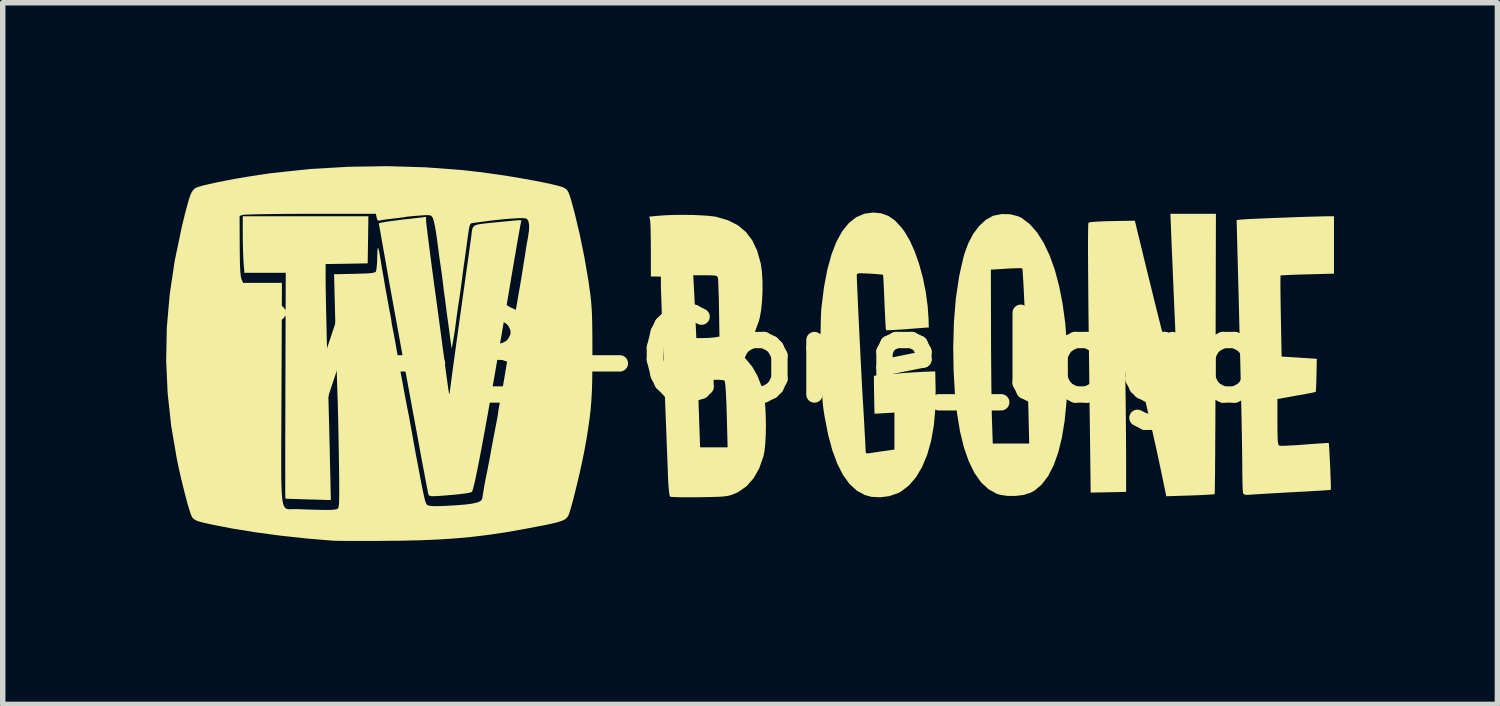
<source format=kicad_pcb>
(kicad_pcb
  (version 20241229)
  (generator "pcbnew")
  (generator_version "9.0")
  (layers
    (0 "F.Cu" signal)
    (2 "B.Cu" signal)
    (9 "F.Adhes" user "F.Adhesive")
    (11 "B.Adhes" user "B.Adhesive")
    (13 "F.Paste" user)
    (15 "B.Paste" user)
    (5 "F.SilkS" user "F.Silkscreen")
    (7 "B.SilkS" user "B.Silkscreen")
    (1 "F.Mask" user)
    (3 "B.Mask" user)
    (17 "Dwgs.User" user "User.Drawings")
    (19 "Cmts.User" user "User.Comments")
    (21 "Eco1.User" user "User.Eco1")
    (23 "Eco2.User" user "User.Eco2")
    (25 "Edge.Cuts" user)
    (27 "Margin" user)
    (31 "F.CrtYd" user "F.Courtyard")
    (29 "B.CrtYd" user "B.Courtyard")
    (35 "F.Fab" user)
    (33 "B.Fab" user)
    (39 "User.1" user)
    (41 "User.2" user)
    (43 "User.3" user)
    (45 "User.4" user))
  (footprint "TV-B-Gone_logo"
    (layer "F.Cu")
    (at 10.614 3.513)
    (property "Reference" "TV-B-Gone_logo" (at 0 0 0) (layer "F.SilkS") (effects (font (size 1.5 1.5) (thickness 0.3))))
    (attr board_only exclude_from_pos_files exclude_from_bom)
    (fp_poly (pts (xy -6.908 -2.161) (xy -6.915 -1.729) (xy -7.301 -1.722) (xy -7.687 -1.716) (xy -7.687 -1.4) (xy -7.686 -1.313) (xy -7.684 -1.186) (xy -7.681 -1.025) (xy -7.677 -0.836) (xy -7.672 -0.625) (xy -7.667 -0.397) (xy -7.661 -0.16) (xy -7.654 0.081) (xy -7.654 0.092) (xy -7.647 0.35) (xy -7.639 0.619) (xy -7.632 0.889) (xy -7.625 1.152) (xy -7.619 1.401) (xy -7.613 1.627) (xy -7.609 1.821) (xy -7.606 1.942) (xy -7.591 2.616) (xy -7.76 2.611) (xy -7.859 2.608) (xy -7.984 2.605) (xy -8.114 2.601) (xy -8.177 2.599) (xy -8.424 2.591) (xy -8.428 2.494) (xy -8.428 2.457) (xy -8.428 2.377) (xy -8.428 2.258) (xy -8.428 2.103) (xy -8.428 1.917) (xy -8.428 1.703) (xy -8.428 1.463) (xy -8.427 1.203) (xy -8.426 0.924) (xy -8.426 0.632) (xy -8.425 0.421) (xy -8.419 -1.556) (xy -8.799 -1.556) (xy -9.178 -1.556) (xy -9.193 -1.746) (xy -9.199 -1.843) (xy -9.203 -1.97) (xy -9.207 -2.112) (xy -9.208 -2.252) (xy -9.208 -2.265) (xy -9.208 -2.593) (xy -8.055 -2.593) (xy -6.902 -2.593)) (stroke (width 0) (type solid)) (fill yes) (layer "F.SilkS"))
    (fp_poly (pts (xy 4.879 -2.63) (xy 5.022 -2.594) (xy 5.091 -2.561) (xy 5.237 -2.45) (xy 5.372 -2.297) (xy 5.494 -2.104) (xy 5.603 -1.874) (xy 5.698 -1.61) (xy 5.777 -1.313) (xy 5.841 -0.986) (xy 5.889 -0.633) (xy 5.919 -0.255) (xy 5.928 0.002) (xy 5.929 0.423) (xy 5.913 0.809) (xy 5.879 1.158) (xy 5.828 1.47) (xy 5.76 1.745) (xy 5.676 1.979) (xy 5.576 2.174) (xy 5.46 2.328) (xy 5.329 2.44) (xy 5.248 2.484) (xy 5.125 2.522) (xy 4.979 2.54) (xy 4.829 2.54) (xy 4.691 2.519) (xy 4.629 2.5) (xy 4.478 2.415) (xy 4.342 2.288) (xy 4.223 2.118) (xy 4.119 1.906) (xy 4.03 1.653) (xy 3.958 1.358) (xy 3.903 1.023) (xy 3.863 0.648) (xy 3.84 0.233) (xy 3.833 -0.184) (xy 3.846 -0.651) (xy 3.881 -1.084) (xy 3.94 -1.481) (xy 3.969 -1.613) (xy 4.524 -1.613) (xy 4.527 -0.461) (xy 4.527 -0.216) (xy 4.529 0.03) (xy 4.531 0.271) (xy 4.533 0.499) (xy 4.536 0.708) (xy 4.538 0.89) (xy 4.541 1.039) (xy 4.544 1.135) (xy 4.559 1.579) (xy 4.894 1.579) (xy 5.228 1.579) (xy 5.212 0.928) (xy 5.207 0.753) (xy 5.201 0.558) (xy 5.194 0.348) (xy 5.186 0.128) (xy 5.177 -0.098) (xy 5.168 -0.326) (xy 5.159 -0.549) (xy 5.15 -0.764) (xy 5.141 -0.966) (xy 5.132 -1.15) (xy 5.124 -1.312) (xy 5.116 -1.446) (xy 5.11 -1.548) (xy 5.105 -1.613) (xy 5.101 -1.637) (xy 5.075 -1.64) (xy 5.012 -1.64) (xy 4.921 -1.637) (xy 4.813 -1.632) (xy 4.807 -1.631) (xy 4.524 -1.613) (xy 3.969 -1.613) (xy 4.021 -1.841) (xy 4.036 -1.897) (xy 4.108 -2.095) (xy 4.2 -2.27) (xy 4.309 -2.415) (xy 4.43 -2.527) (xy 4.559 -2.599) (xy 4.576 -2.605) (xy 4.725 -2.634)) (stroke (width 0) (type solid)) (fill yes) (layer "F.SilkS"))
    (fp_poly (pts (xy 8.649 -0.071) (xy 8.648 0.269) (xy 8.647 0.596) (xy 8.646 0.907) (xy 8.645 1.2) (xy 8.643 1.47) (xy 8.642 1.716) (xy 8.64 1.934) (xy 8.639 2.121) (xy 8.637 2.275) (xy 8.635 2.392) (xy 8.634 2.47) (xy 8.632 2.505) (xy 8.632 2.507) (xy 8.606 2.511) (xy 8.542 2.516) (xy 8.446 2.521) (xy 8.326 2.527) (xy 8.19 2.532) (xy 8.182 2.532) (xy 7.744 2.546) (xy 7.644 2.063) (xy 7.61 1.904) (xy 7.569 1.712) (xy 7.522 1.501) (xy 7.473 1.284) (xy 7.424 1.072) (xy 7.391 0.929) (xy 7.237 0.277) (xy 7.114 0.277) (xy 6.991 0.277) (xy 6.999 0.853) (xy 7.001 1.053) (xy 7.003 1.275) (xy 7.005 1.504) (xy 7.006 1.722) (xy 7.007 1.914) (xy 7.007 1.948) (xy 7.007 2.466) (xy 6.682 2.473) (xy 6.356 2.479) (xy 6.342 1.32) (xy 6.335 0.813) (xy 6.33 0.351) (xy 6.325 -0.069) (xy 6.32 -0.449) (xy 6.316 -0.789) (xy 6.313 -1.092) (xy 6.311 -1.36) (xy 6.309 -1.593) (xy 6.308 -1.796) (xy 6.307 -1.968) (xy 6.307 -2.111) (xy 6.308 -2.228) (xy 6.309 -2.321) (xy 6.31 -2.39) (xy 6.312 -2.438) (xy 6.315 -2.467) (xy 6.318 -2.477) (xy 6.347 -2.484) (xy 6.414 -2.491) (xy 6.511 -2.497) (xy 6.632 -2.502) (xy 6.753 -2.505) (xy 7.167 -2.512) (xy 7.371 -1.671) (xy 7.447 -1.362) (xy 7.52 -1.065) (xy 7.59 -0.784) (xy 7.656 -0.523) (xy 7.718 -0.283) (xy 7.774 -0.068) (xy 7.824 0.119) (xy 7.866 0.276) (xy 7.901 0.398) (xy 7.927 0.484) (xy 7.944 0.53) (xy 7.95 0.537) (xy 7.95 0.513) (xy 7.948 0.448) (xy 7.944 0.345) (xy 7.939 0.21) (xy 7.933 0.046) (xy 7.925 -0.143) (xy 7.916 -0.351) (xy 7.906 -0.575) (xy 7.904 -0.634) (xy 7.893 -0.879) (xy 7.882 -1.124) (xy 7.872 -1.362) (xy 7.863 -1.588) (xy 7.854 -1.794) (xy 7.846 -1.973) (xy 7.84 -2.119) (xy 7.836 -2.218) (xy 7.82 -2.639) (xy 8.237 -2.639) (xy 8.655 -2.639)) (stroke (width 0) (type solid)) (fill yes) (layer "F.SilkS"))
    (fp_poly (pts (xy 10.822 -2.593) (xy 10.822 -2.066) (xy 10.822 -1.54) (xy 10.336 -1.527) (xy 10.191 -1.523) (xy 10.063 -1.519) (xy 9.958 -1.514) (xy 9.883 -1.51) (xy 9.845 -1.507) (xy 9.842 -1.506) (xy 9.84 -1.481) (xy 9.839 -1.416) (xy 9.839 -1.317) (xy 9.84 -1.187) (xy 9.842 -1.034) (xy 9.845 -0.862) (xy 9.847 -0.757) (xy 9.861 -0.018) (xy 10.184 0.002) (xy 10.507 0.023) (xy 10.501 0.323) (xy 10.498 0.435) (xy 10.495 0.529) (xy 10.491 0.597) (xy 10.488 0.629) (xy 10.487 0.63) (xy 10.463 0.637) (xy 10.401 0.649) (xy 10.31 0.667) (xy 10.198 0.688) (xy 10.132 0.699) (xy 9.784 0.761) (xy 9.784 1.182) (xy 9.785 1.334) (xy 9.787 1.445) (xy 9.79 1.523) (xy 9.796 1.573) (xy 9.805 1.602) (xy 9.817 1.616) (xy 9.821 1.617) (xy 9.854 1.62) (xy 9.926 1.619) (xy 10.028 1.614) (xy 10.152 1.607) (xy 10.287 1.597) (xy 10.423 1.586) (xy 10.542 1.578) (xy 10.637 1.572) (xy 10.7 1.568) (xy 10.726 1.569) (xy 10.726 1.569) (xy 10.729 1.593) (xy 10.734 1.654) (xy 10.739 1.744) (xy 10.745 1.853) (xy 10.751 1.973) (xy 10.756 2.094) (xy 10.76 2.209) (xy 10.764 2.308) (xy 10.765 2.382) (xy 10.764 2.423) (xy 10.764 2.428) (xy 10.739 2.431) (xy 10.676 2.436) (xy 10.578 2.443) (xy 10.452 2.45) (xy 10.305 2.459) (xy 10.149 2.467) (xy 9.975 2.476) (xy 9.805 2.486) (xy 9.648 2.495) (xy 9.513 2.503) (xy 9.409 2.509) (xy 9.355 2.513) (xy 9.261 2.519) (xy 9.203 2.519) (xy 9.171 2.51) (xy 9.155 2.493) (xy 9.154 2.489) (xy 9.149 2.454) (xy 9.145 2.382) (xy 9.142 2.28) (xy 9.14 2.157) (xy 9.139 2.044) (xy 9.138 1.9) (xy 9.136 1.711) (xy 9.132 1.476) (xy 9.127 1.194) (xy 9.12 0.867) (xy 9.112 0.493) (xy 9.102 0.074) (xy 9.09 -0.391) (xy 9.078 -0.902) (xy 9.063 -1.459) (xy 9.062 -1.503) (xy 9.035 -2.523) (xy 9.127 -2.534) (xy 9.172 -2.537) (xy 9.255 -2.542) (xy 9.37 -2.547) (xy 9.511 -2.553) (xy 9.669 -2.56) (xy 9.838 -2.566) (xy 10.011 -2.573) (xy 10.18 -2.579) (xy 10.339 -2.584) (xy 10.481 -2.588) (xy 10.598 -2.591) (xy 10.684 -2.593) (xy 10.712 -2.593)) (stroke (width 0) (type solid)) (fill yes) (layer "F.SilkS"))
    (fp_poly (pts (xy -5.843 -2.511) (xy -5.84 -2.475) (xy -5.831 -2.397) (xy -5.817 -2.283) (xy -5.799 -2.139) (xy -5.777 -1.967) (xy -5.752 -1.774) (xy -5.724 -1.565) (xy -5.695 -1.347) (xy -5.662 -1.107) (xy -5.629 -0.865) (xy -5.597 -0.627) (xy -5.567 -0.402) (xy -5.539 -0.195) (xy -5.515 -0.014) (xy -5.496 0.133) (xy -5.486 0.207) (xy -5.467 0.347) (xy -5.45 0.47) (xy -5.436 0.571) (xy -5.425 0.64) (xy -5.419 0.673) (xy -5.418 0.674) (xy -5.412 0.657) (xy -5.404 0.606) (xy -5.396 0.537) (xy -5.389 0.486) (xy -5.377 0.395) (xy -5.36 0.267) (xy -5.339 0.109) (xy -5.313 -0.075) (xy -5.285 -0.281) (xy -5.254 -0.502) (xy -5.222 -0.736) (xy -5.21 -0.818) (xy -5.177 -1.056) (xy -5.144 -1.287) (xy -5.114 -1.504) (xy -5.086 -1.703) (xy -5.061 -1.879) (xy -5.041 -2.026) (xy -5.025 -2.139) (xy -5.015 -2.214) (xy -5.013 -2.228) (xy -5.005 -2.297) (xy -4.997 -2.35) (xy -4.984 -2.388) (xy -4.961 -2.416) (xy -4.921 -2.435) (xy -4.858 -2.449) (xy -4.766 -2.461) (xy -4.64 -2.474) (xy -4.486 -2.489) (xy -4.341 -2.503) (xy -4.236 -2.513) (xy -4.164 -2.519) (xy -4.121 -2.521) (xy -4.099 -2.518) (xy -4.092 -2.511) (xy -4.095 -2.5) (xy -4.099 -2.489) (xy -4.106 -2.461) (xy -4.119 -2.391) (xy -4.138 -2.284) (xy -4.163 -2.144) (xy -4.192 -1.975) (xy -4.225 -1.782) (xy -4.262 -1.568) (xy -4.301 -1.337) (xy -4.333 -1.147) (xy -4.424 -0.613) (xy -4.508 -0.12) (xy -4.586 0.331) (xy -4.658 0.74) (xy -4.723 1.107) (xy -4.782 1.431) (xy -4.834 1.711) (xy -4.88 1.948) (xy -4.919 2.142) (xy -4.951 2.291) (xy -4.977 2.395) (xy -4.995 2.454) (xy -5.004 2.468) (xy -5.037 2.479) (xy -5.107 2.492) (xy -5.205 2.505) (xy -5.32 2.517) (xy -5.354 2.52) (xy -5.505 2.533) (xy -5.617 2.541) (xy -5.695 2.545) (xy -5.747 2.544) (xy -5.777 2.537) (xy -5.793 2.525) (xy -5.801 2.507) (xy -5.805 2.495) (xy -5.812 2.458) (xy -5.827 2.38) (xy -5.849 2.265) (xy -5.877 2.116) (xy -5.911 1.937) (xy -5.949 1.733) (xy -5.99 1.507) (xy -6.035 1.264) (xy -6.083 1.007) (xy -6.132 0.739) (xy -6.182 0.467) (xy -6.233 0.192) (xy -6.283 -0.081) (xy -6.331 -0.348) (xy -6.378 -0.605) (xy -6.422 -0.848) (xy -6.463 -1.073) (xy -6.5 -1.276) (xy -6.532 -1.453) (xy -6.558 -1.601) (xy -6.564 -1.636) (xy -6.711 -2.466) (xy -6.628 -2.483) (xy -6.576 -2.492) (xy -6.489 -2.504) (xy -6.377 -2.519) (xy -6.251 -2.535) (xy -6.194 -2.541) (xy -5.843 -2.582)) (stroke (width 0) (type solid)) (fill yes) (layer "F.SilkS"))
    (fp_poly (pts (xy 2.514 -2.647) (xy 2.644 -2.599) (xy 2.764 -2.515) (xy 2.88 -2.39) (xy 2.941 -2.309) (xy 3.038 -2.144) (xy 3.128 -1.943) (xy 3.208 -1.713) (xy 3.276 -1.464) (xy 3.329 -1.203) (xy 3.364 -0.941) (xy 3.38 -0.715) (xy 3.385 -0.553) (xy 2.998 -0.523) (xy 2.869 -0.514) (xy 2.757 -0.507) (xy 2.67 -0.503) (xy 2.615 -0.502) (xy 2.6 -0.504) (xy 2.596 -0.529) (xy 2.591 -0.593) (xy 2.586 -0.69) (xy 2.58 -0.812) (xy 2.573 -0.953) (xy 2.571 -1.013) (xy 2.565 -1.16) (xy 2.559 -1.29) (xy 2.554 -1.397) (xy 2.549 -1.474) (xy 2.545 -1.515) (xy 2.544 -1.519) (xy 2.519 -1.524) (xy 2.458 -1.529) (xy 2.371 -1.536) (xy 2.299 -1.54) (xy 2.193 -1.546) (xy 2.124 -1.547) (xy 2.085 -1.543) (xy 2.067 -1.532) (xy 2.063 -1.514) (xy 2.063 -1.513) (xy 2.064 -1.46) (xy 2.067 -1.367) (xy 2.073 -1.239) (xy 2.08 -1.081) (xy 2.088 -0.899) (xy 2.098 -0.699) (xy 2.108 -0.487) (xy 2.119 -0.267) (xy 2.13 -0.045) (xy 2.141 0.172) (xy 2.152 0.381) (xy 2.162 0.574) (xy 2.172 0.747) (xy 2.179 0.859) (xy 2.19 1.045) (xy 2.2 1.22) (xy 2.208 1.376) (xy 2.216 1.508) (xy 2.221 1.611) (xy 2.224 1.677) (xy 2.224 1.697) (xy 2.228 1.745) (xy 2.248 1.761) (xy 2.299 1.755) (xy 2.299 1.755) (xy 2.358 1.746) (xy 2.445 1.733) (xy 2.544 1.718) (xy 2.564 1.716) (xy 2.754 1.689) (xy 2.754 1.35) (xy 2.754 1.01) (xy 2.571 1.021) (xy 2.388 1.031) (xy 2.381 0.689) (xy 2.379 0.568) (xy 2.378 0.465) (xy 2.377 0.387) (xy 2.378 0.344) (xy 2.378 0.337) (xy 2.402 0.332) (xy 2.464 0.325) (xy 2.555 0.315) (xy 2.668 0.305) (xy 2.795 0.295) (xy 2.927 0.284) (xy 3.056 0.275) (xy 3.175 0.268) (xy 3.275 0.262) (xy 3.296 0.261) (xy 3.503 0.254) (xy 3.51 0.588) (xy 3.506 0.926) (xy 3.478 1.24) (xy 3.428 1.526) (xy 3.356 1.782) (xy 3.263 2.006) (xy 3.151 2.196) (xy 3.02 2.348) (xy 2.872 2.461) (xy 2.807 2.494) (xy 2.654 2.545) (xy 2.49 2.565) (xy 2.329 2.556) (xy 2.209 2.523) (xy 2.062 2.442) (xy 1.929 2.32) (xy 1.81 2.156) (xy 1.706 1.951) (xy 1.614 1.703) (xy 1.536 1.412) (xy 1.471 1.077) (xy 1.449 0.933) (xy 1.436 0.816) (xy 1.425 0.661) (xy 1.416 0.478) (xy 1.408 0.275) (xy 1.402 0.06) (xy 1.399 -0.157) (xy 1.398 -0.368) (xy 1.4 -0.564) (xy 1.404 -0.737) (xy 1.411 -0.877) (xy 1.415 -0.922) (xy 1.46 -1.286) (xy 1.521 -1.608) (xy 1.597 -1.887) (xy 1.688 -2.124) (xy 1.795 -2.318) (xy 1.917 -2.469) (xy 2.054 -2.577) (xy 2.206 -2.641) (xy 2.369 -2.662)) (stroke (width 0) (type solid)) (fill yes) (layer "F.SilkS"))
    (fp_poly (pts (xy -0.944 -2.617) (xy -0.783 -2.61) (xy -0.644 -2.6) (xy -0.538 -2.587) (xy -0.519 -2.583) (xy -0.304 -2.521) (xy -0.123 -2.43) (xy 0.026 -2.307) (xy 0.144 -2.152) (xy 0.234 -1.962) (xy 0.298 -1.735) (xy 0.301 -1.72) (xy 0.322 -1.575) (xy 0.332 -1.404) (xy 0.333 -1.221) (xy 0.324 -1.039) (xy 0.307 -0.87) (xy 0.281 -0.727) (xy 0.265 -0.668) (xy 0.196 -0.48) (xy 0.117 -0.328) (xy 0.025 -0.203) (xy 0.008 -0.183) (xy -0.085 -0.082) (xy 0.033 0.033) (xy 0.144 0.168) (xy 0.241 0.338) (xy 0.317 0.534) (xy 0.351 0.655) (xy 0.37 0.768) (xy 0.384 0.913) (xy 0.392 1.078) (xy 0.395 1.252) (xy 0.392 1.424) (xy 0.383 1.583) (xy 0.369 1.717) (xy 0.351 1.809) (xy 0.273 2.032) (xy 0.169 2.216) (xy 0.04 2.362) (xy -0.114 2.469) (xy -0.191 2.504) (xy -0.238 2.522) (xy -0.286 2.535) (xy -0.34 2.545) (xy -0.41 2.552) (xy -0.501 2.557) (xy -0.622 2.56) (xy -0.78 2.563) (xy -0.83 2.564) (xy -0.979 2.565) (xy -1.113 2.565) (xy -1.226 2.563) (xy -1.309 2.56) (xy -1.356 2.556) (xy -1.363 2.553) (xy -1.375 2.523) (xy -1.385 2.448) (xy -1.395 2.332) (xy -1.403 2.177) (xy -1.404 2.132) (xy -1.408 2.036) (xy -1.413 1.899) (xy -1.42 1.727) (xy -1.428 1.525) (xy -1.436 1.298) (xy -1.446 1.053) (xy -1.456 0.794) (xy -1.466 0.528) (xy -1.47 0.415) (xy -0.853 0.415) (xy -0.85 0.553) (xy -0.848 0.619) (xy -0.845 0.722) (xy -0.841 0.851) (xy -0.836 0.997) (xy -0.83 1.151) (xy -0.83 1.17) (xy -0.813 1.648) (xy -0.561 1.648) (xy -0.308 1.648) (xy -0.324 1.043) (xy -0.331 0.83) (xy -0.339 0.66) (xy -0.347 0.536) (xy -0.356 0.456) (xy -0.365 0.421) (xy -0.366 0.421) (xy -0.399 0.414) (xy -0.467 0.409) (xy -0.558 0.408) (xy -0.622 0.409) (xy -0.853 0.415) (xy -1.47 0.415) (xy -1.476 0.265) (xy -1.486 0.005) (xy -1.496 -0.245) (xy -1.504 -0.48) (xy -1.512 -0.696) (xy -1.519 -0.889) (xy -1.524 -1.054) (xy -1.529 -1.186) (xy -1.532 -1.283) (xy -1.533 -1.338) (xy -1.533 -1.343) (xy -1.533 -1.487) (xy -1.625 -1.487) (xy -1.717 -1.487) (xy -1.717 -1.51) (xy -0.939 -1.51) (xy -0.925 -1.25) (xy -0.918 -1.121) (xy -0.911 -0.966) (xy -0.903 -0.806) (xy -0.897 -0.674) (xy -0.882 -0.357) (xy -0.752 -0.358) (xy -0.662 -0.36) (xy -0.576 -0.367) (xy -0.54 -0.371) (xy -0.458 -0.385) (xy -0.466 -0.895) (xy -0.469 -1.047) (xy -0.473 -1.186) (xy -0.477 -1.304) (xy -0.48 -1.393) (xy -0.484 -1.448) (xy -0.486 -1.458) (xy -0.493 -1.482) (xy -0.51 -1.497) (xy -0.545 -1.505) (xy -0.607 -1.509) (xy -0.705 -1.51) (xy -0.718 -1.51) (xy -0.939 -1.51) (xy -1.717 -1.51) (xy -1.717 -1.968) (xy -1.718 -2.117) (xy -1.72 -2.253) (xy -1.722 -2.37) (xy -1.726 -2.459) (xy -1.73 -2.512) (xy -1.731 -2.518) (xy -1.745 -2.587) (xy -1.586 -2.602) (xy -1.447 -2.612) (xy -1.286 -2.618) (xy -1.115 -2.619)) (stroke (width 0) (type solid)) (fill yes) (layer "F.SilkS"))
    (fp_poly (pts (xy -5.85 -3.492) (xy -5.165 -3.44) (xy -5.094 -3.432) (xy -4.896 -3.409) (xy -4.689 -3.382) (xy -4.476 -3.352) (xy -4.265 -3.319) (xy -4.06 -3.284) (xy -3.868 -3.249) (xy -3.694 -3.215) (xy -3.543 -3.183) (xy -3.422 -3.153) (xy -3.337 -3.128) (xy -3.296 -3.109) (xy -3.269 -3.089) (xy -3.246 -3.061) (xy -3.224 -3.02) (xy -3.202 -2.959) (xy -3.175 -2.871) (xy -3.142 -2.75) (xy -3.113 -2.639) (xy -3.022 -2.258) (xy -2.939 -1.852) (xy -2.869 -1.445) (xy -2.843 -1.268) (xy -2.828 -1.159) (xy -2.817 -1.058) (xy -2.808 -0.958) (xy -2.801 -0.85) (xy -2.796 -0.729) (xy -2.793 -0.586) (xy -2.791 -0.414) (xy -2.79 -0.207) (xy -2.79 -0.104) (xy -2.791 0.166) (xy -2.793 0.398) (xy -2.799 0.602) (xy -2.809 0.786) (xy -2.823 0.959) (xy -2.843 1.129) (xy -2.868 1.306) (xy -2.899 1.499) (xy -2.929 1.667) (xy -2.955 1.801) (xy -2.987 1.952) (xy -3.022 2.113) (xy -3.061 2.278) (xy -3.1 2.438) (xy -3.137 2.586) (xy -3.172 2.714) (xy -3.201 2.816) (xy -3.224 2.883) (xy -3.231 2.9) (xy -3.256 2.938) (xy -3.292 2.969) (xy -3.347 2.996) (xy -3.426 3.022) (xy -3.537 3.049) (xy -3.686 3.081) (xy -3.711 3.085) (xy -4.068 3.153) (xy -4.396 3.21) (xy -4.706 3.256) (xy -5.006 3.292) (xy -5.308 3.32) (xy -5.621 3.34) (xy -5.954 3.354) (xy -6.319 3.362) (xy -6.534 3.364) (xy -6.738 3.366) (xy -6.932 3.366) (xy -7.11 3.366) (xy -7.266 3.366) (xy -7.395 3.365) (xy -7.49 3.364) (xy -7.546 3.362) (xy -7.549 3.362) (xy -8.031 3.322) (xy -8.509 3.27) (xy -8.972 3.208) (xy -9.408 3.137) (xy -9.606 3.099) (xy -9.768 3.067) (xy -9.891 3.04) (xy -9.981 3.018) (xy -10.044 2.998) (xy -10.087 2.978) (xy -10.116 2.956) (xy -10.137 2.931) (xy -10.14 2.927) (xy -10.16 2.882) (xy -10.187 2.799) (xy -10.221 2.685) (xy -10.258 2.548) (xy -10.297 2.394) (xy -10.337 2.231) (xy -10.375 2.066) (xy -10.409 1.905) (xy -10.415 1.877) (xy -10.521 1.26) (xy -10.587 0.654) (xy -10.614 0.052) (xy -10.602 -0.55) (xy -10.549 -1.158) (xy -10.457 -1.777) (xy -10.324 -2.412) (xy -10.28 -2.591) (xy -10.278 -2.601) (xy -9.266 -2.601) (xy -9.264 -2.058) (xy -9.262 -1.858) (xy -9.259 -1.701) (xy -9.253 -1.583) (xy -9.245 -1.5) (xy -9.235 -1.45) (xy -9.232 -1.443) (xy -9.202 -1.371) (xy -8.846 -1.371) (xy -8.489 -1.371) (xy -8.497 0.654) (xy -8.499 1.017) (xy -8.5 1.335) (xy -8.502 1.613) (xy -8.502 1.854) (xy -8.502 2.059) (xy -8.501 2.232) (xy -8.497 2.375) (xy -8.492 2.491) (xy -8.484 2.583) (xy -8.474 2.654) (xy -8.46 2.706) (xy -8.443 2.743) (xy -8.423 2.766) (xy -8.398 2.779) (xy -8.369 2.784) (xy -8.335 2.785) (xy -8.296 2.783) (xy -8.251 2.782) (xy -8.231 2.782) (xy -8.023 2.789) (xy -7.856 2.794) (xy -7.726 2.797) (xy -7.627 2.797) (xy -7.556 2.794) (xy -7.508 2.789) (xy -7.477 2.781) (xy -7.46 2.77) (xy -7.458 2.768) (xy -7.45 2.748) (xy -7.444 2.708) (xy -7.44 2.644) (xy -7.438 2.551) (xy -7.437 2.427) (xy -7.438 2.267) (xy -7.44 2.068) (xy -7.443 1.885) (xy -7.446 1.676) (xy -7.45 1.467) (xy -7.454 1.267) (xy -7.458 1.083) (xy -7.462 0.923) (xy -7.465 0.796) (xy -7.468 0.726) (xy -7.476 0.478) (xy -7.485 0.194) (xy -7.495 -0.128) (xy -7.505 -0.492) (xy -7.516 -0.9) (xy -7.517 -0.949) (xy -7.532 -1.529) (xy -7.159 -1.537) (xy -7.014 -1.541) (xy -6.909 -1.545) (xy -6.837 -1.552) (xy -6.793 -1.561) (xy -6.769 -1.573) (xy -6.764 -1.579) (xy -6.755 -1.616) (xy -6.747 -1.687) (xy -6.741 -1.781) (xy -6.74 -1.844) (xy -6.737 -1.943) (xy -6.732 -2) (xy -6.724 -2.013) (xy -6.713 -1.982) (xy -6.697 -1.907) (xy -6.677 -1.787) (xy -6.673 -1.763) (xy -6.659 -1.676) (xy -6.646 -1.599) (xy -6.638 -1.556) (xy -6.626 -1.492) (xy -6.614 -1.418) (xy -6.614 -1.418) (xy -6.602 -1.347) (xy -6.587 -1.258) (xy -6.578 -1.21) (xy -6.563 -1.128) (xy -6.55 -1.055) (xy -6.544 -1.026) (xy -6.531 -0.952) (xy -6.517 -0.874) (xy -6.504 -0.811) (xy -6.499 -0.784) (xy -6.492 -0.748) (xy -6.482 -0.686) (xy -6.478 -0.657) (xy -6.467 -0.586) (xy -6.456 -0.531) (xy -6.453 -0.519) (xy -6.446 -0.485) (xy -6.433 -0.416) (xy -6.416 -0.322) (xy -6.396 -0.214) (xy -6.376 -0.1) (xy -6.357 0.008) (xy -6.341 0.101) (xy -6.334 0.138) (xy -6.326 0.186) (xy -6.311 0.269) (xy -6.291 0.376) (xy -6.268 0.499) (xy -6.245 0.627) (xy -6.222 0.749) (xy -6.201 0.856) (xy -6.186 0.937) (xy -6.177 0.98) (xy -6.163 1.048) (xy -6.149 1.119) (xy -6.134 1.205) (xy -6.113 1.321) (xy -6.108 1.348) (xy -6.085 1.476) (xy -6.069 1.57) (xy -6.055 1.644) (xy -6.043 1.711) (xy -6.03 1.781) (xy -6.016 1.855) (xy -5.975 2.071) (xy -5.942 2.246) (xy -5.915 2.385) (xy -5.893 2.491) (xy -5.875 2.57) (xy -5.861 2.627) (xy -5.848 2.664) (xy -5.837 2.688) (xy -5.827 2.702) (xy -5.823 2.705) (xy -5.797 2.718) (xy -5.751 2.725) (xy -5.679 2.728) (xy -5.573 2.726) (xy -5.474 2.722) (xy -5.271 2.71) (xy -5.111 2.697) (xy -4.989 2.68) (xy -4.902 2.66) (xy -4.846 2.635) (xy -4.817 2.605) (xy -4.812 2.587) (xy -4.807 2.554) (xy -4.796 2.49) (xy -4.783 2.411) (xy -4.77 2.332) (xy -4.767 2.316) (xy -4.758 2.266) (xy -4.742 2.187) (xy -4.723 2.095) (xy -4.721 2.086) (xy -4.703 1.994) (xy -4.687 1.913) (xy -4.677 1.859) (xy -4.676 1.855) (xy -4.664 1.79) (xy -4.647 1.693) (xy -4.626 1.58) (xy -4.604 1.462) (xy -4.583 1.356) (xy -4.573 1.302) (xy -4.557 1.221) (xy -4.543 1.15) (xy -4.538 1.121) (xy -4.528 1.063) (xy -4.517 0.988) (xy -4.515 0.972) (xy -4.501 0.887) (xy -4.485 0.804) (xy -4.482 0.795) (xy -4.472 0.744) (xy -4.455 0.658) (xy -4.436 0.547) (xy -4.414 0.421) (xy -4.403 0.357) (xy -4.382 0.23) (xy -4.363 0.115) (xy -4.347 0.021) (xy -4.336 -0.041) (xy -4.333 -0.058) (xy -4.326 -0.096) (xy -4.312 -0.173) (xy -4.294 -0.281) (xy -4.272 -0.413) (xy -4.247 -0.563) (xy -4.229 -0.668) (xy -4.203 -0.826) (xy -4.179 -0.97) (xy -4.157 -1.095) (xy -4.141 -1.194) (xy -4.129 -1.258) (xy -4.125 -1.279) (xy -4.117 -1.327) (xy -4.102 -1.415) (xy -4.081 -1.539) (xy -4.057 -1.694) (xy -4.028 -1.875) (xy -4.01 -1.994) (xy -3.998 -2.067) (xy -3.982 -2.156) (xy -3.975 -2.19) (xy -3.954 -2.33) (xy -3.951 -2.432) (xy -3.965 -2.503) (xy -3.971 -2.515) (xy -3.988 -2.54) (xy -4.013 -2.554) (xy -4.058 -2.559) (xy -4.132 -2.559) (xy -4.189 -2.556) (xy -4.392 -2.542) (xy -4.635 -2.516) (xy -4.875 -2.485) (xy -4.94 -2.475) (xy -4.985 -2.469) (xy -4.994 -2.468) (xy -5.013 -2.464) (xy -5.027 -2.454) (xy -5.039 -2.43) (xy -5.051 -2.386) (xy -5.063 -2.316) (xy -5.078 -2.213) (xy -5.095 -2.086) (xy -5.11 -1.975) (xy -5.124 -1.876) (xy -5.134 -1.8) (xy -5.14 -1.763) (xy -5.147 -1.718) (xy -5.157 -1.639) (xy -5.171 -1.537) (xy -5.185 -1.429) (xy -5.2 -1.316) (xy -5.214 -1.214) (xy -5.225 -1.137) (xy -5.231 -1.095) (xy -5.247 -0.992) (xy -5.266 -0.864) (xy -5.284 -0.733) (xy -5.299 -0.619) (xy -5.303 -0.588) (xy -5.316 -0.493) (xy -5.334 -0.382) (xy -5.346 -0.311) (xy -5.374 -0.161) (xy -5.393 -0.3) (xy -5.404 -0.382) (xy -5.413 -0.452) (xy -5.417 -0.484) (xy -5.423 -0.529) (xy -5.433 -0.604) (xy -5.446 -0.694) (xy -5.447 -0.703) (xy -5.462 -0.81) (xy -5.476 -0.92) (xy -5.487 -1.003) (xy -5.496 -1.08) (xy -5.505 -1.142) (xy -5.508 -1.166) (xy -5.514 -1.207) (xy -5.523 -1.278) (xy -5.53 -1.339) (xy -5.543 -1.444) (xy -5.558 -1.56) (xy -5.566 -1.613) (xy -5.578 -1.696) (xy -5.589 -1.77) (xy -5.6 -1.846) (xy -5.611 -1.934) (xy -5.626 -2.045) (xy -5.645 -2.19) (xy -5.648 -2.213) (xy -5.666 -2.33) (xy -5.685 -2.435) (xy -5.704 -2.517) (xy -5.72 -2.564) (xy -5.722 -2.567) (xy -5.74 -2.593) (xy -5.762 -2.608) (xy -5.799 -2.614) (xy -5.86 -2.614) (xy -5.956 -2.607) (xy -5.966 -2.606) (xy -6.065 -2.598) (xy -6.151 -2.59) (xy -6.21 -2.583) (xy -6.223 -2.58) (xy -6.267 -2.573) (xy -6.342 -2.563) (xy -6.435 -2.552) (xy -6.465 -2.549) (xy -6.56 -2.538) (xy -6.639 -2.526) (xy -6.69 -2.516) (xy -6.698 -2.514) (xy -6.728 -2.514) (xy -6.746 -2.551) (xy -6.75 -2.568) (xy -6.764 -2.638) (xy -7.945 -2.638) (xy -8.177 -2.638) (xy -8.396 -2.637) (xy -8.598 -2.635) (xy -8.778 -2.633) (xy -8.933 -2.63) (xy -9.056 -2.627) (xy -9.144 -2.624) (xy -9.191 -2.621) (xy -9.197 -2.62) (xy -9.266 -2.601) (xy -10.278 -2.601) (xy -10.239 -2.751) (xy -10.205 -2.873) (xy -10.177 -2.962) (xy -10.15 -3.025) (xy -10.124 -3.068) (xy -10.096 -3.097) (xy -10.079 -3.11) (xy -10.029 -3.131) (xy -9.94 -3.157) (xy -9.817 -3.186) (xy -9.667 -3.219) (xy -9.494 -3.253) (xy -9.306 -3.288) (xy -9.107 -3.321) (xy -8.905 -3.353) (xy -8.705 -3.382) (xy -8.655 -3.388) (xy -7.97 -3.461) (xy -7.265 -3.502) (xy -6.555 -3.513)) (stroke (width 0) (type solid)) (fill yes) (layer "F.SilkS")))
  (gr_rect
    (start -3 -3)
    (end 24.436 9.879)
    (stroke (width 0.1) (type default))
    (fill no)
    (layer "Edge.Cuts")))
</source>
